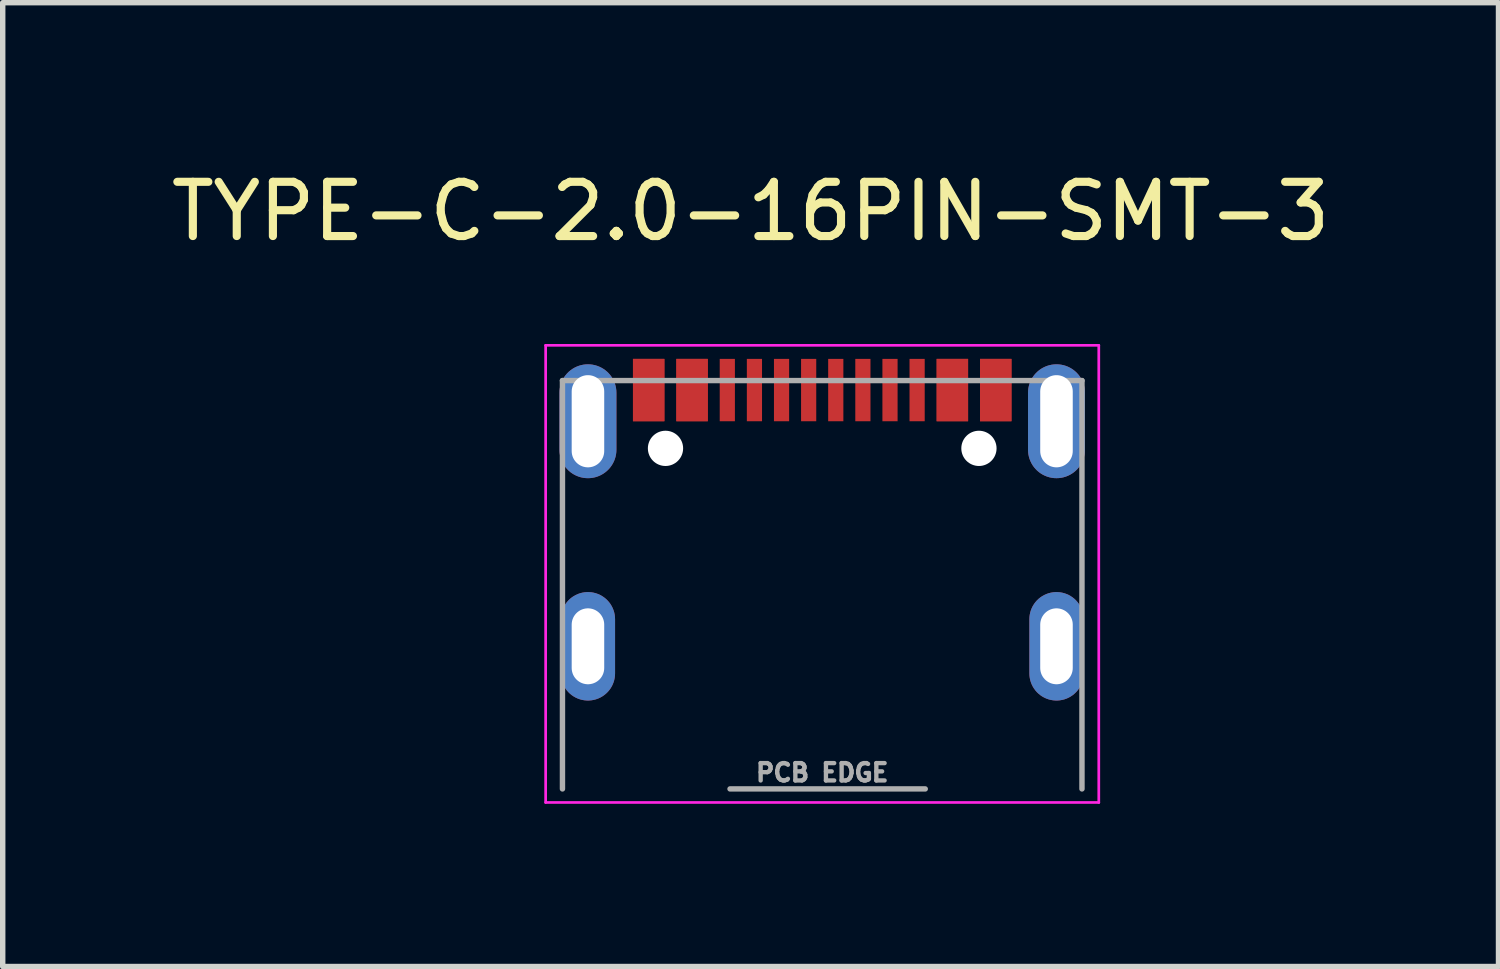
<source format=kicad_pcb>
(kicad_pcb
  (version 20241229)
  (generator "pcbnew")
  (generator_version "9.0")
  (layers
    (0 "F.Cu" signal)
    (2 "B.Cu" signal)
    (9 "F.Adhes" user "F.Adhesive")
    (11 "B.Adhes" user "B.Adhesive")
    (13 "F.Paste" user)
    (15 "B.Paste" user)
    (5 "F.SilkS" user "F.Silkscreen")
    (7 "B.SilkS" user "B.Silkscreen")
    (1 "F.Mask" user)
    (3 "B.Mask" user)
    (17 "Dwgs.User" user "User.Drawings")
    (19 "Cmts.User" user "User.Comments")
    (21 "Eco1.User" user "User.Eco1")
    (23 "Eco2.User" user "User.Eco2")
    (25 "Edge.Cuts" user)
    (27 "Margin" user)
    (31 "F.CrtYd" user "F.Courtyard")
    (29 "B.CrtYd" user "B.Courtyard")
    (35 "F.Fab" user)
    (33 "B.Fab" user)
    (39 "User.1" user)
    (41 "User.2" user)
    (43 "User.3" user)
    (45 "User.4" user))
  (footprint "TYPE-C-2.0-16PIN-SMT-3"
    (layer "F.Cu")
    (at 12.112 8.898)
    (property "Reference" "TYPE-C-2.0-16PIN-SMT-3" (at -1.32 -8.05 0) (layer "F.SilkS") (effects (font (size 1 1) (thickness 0.15))))
    (attr smd)
    (fp_line (start -5.1 -5.58) (end -5.1 2.85) (stroke (width 0.05) (type solid)) (layer "F.CrtYd"))
    (fp_line (start -5.1 2.85) (end 5.1 2.85) (stroke (width 0.05) (type solid)) (layer "F.CrtYd"))
    (fp_line (start 5.1 -5.58) (end -5.1 -5.58) (stroke (width 0.05) (type solid)) (layer "F.CrtYd"))
    (fp_line (start 5.1 2.85) (end 5.1 -5.58) (stroke (width 0.05) (type solid)) (layer "F.CrtYd"))
    (fp_line (start -4.79 -4.93) (end 4.79 -4.93) (stroke (width 0.1) (type solid)) (layer "F.Fab"))
    (fp_line (start -4.79 2.6) (end -4.79 -4.93) (stroke (width 0.1) (type solid)) (layer "F.Fab"))
    (fp_line (start -1.7 2.6) (end 1.9 2.6) (stroke (width 0.1) (type solid)) (layer "F.Fab"))
    (fp_line (start 4.79 -4.93) (end 4.79 2.6) (stroke (width 0.1) (type solid)) (layer "F.Fab"))
    (fp_text user "PCB EDGE" (at 0 2.3 0) (layer "F.Fab") (effects (font (size 0.32 0.32) (thickness 0.08))))
    (pad "" np_thru_hole circle (at -2.89 -3.68) (size 0.65 0.65) (drill 0.65) (layers "*.Cu" "*.Mask"))
    (pad "" np_thru_hole circle (at 2.89 -3.68) (size 0.65 0.65) (drill 0.65) (layers "*.Cu" "*.Mask"))
    (pad "A1" smd rect (at -3.2 -4.755) (size 0.58 1.15) (layers "F.Cu" "F.Mask" "F.Paste"))
    (pad "A4" smd rect (at -2.4 -4.755) (size 0.58 1.15) (layers "F.Cu" "F.Mask" "F.Paste"))
    (pad "A5" smd rect (at -1.25 -4.755) (size 0.28 1.15) (layers "F.Cu" "F.Mask" "F.Paste"))
    (pad "A6" smd rect (at -0.25 -4.755) (size 0.28 1.15) (layers "F.Cu" "F.Mask" "F.Paste"))
    (pad "A7" smd rect (at 0.25 -4.755) (size 0.28 1.15) (layers "F.Cu" "F.Mask" "F.Paste"))
    (pad "A8" smd rect (at 1.25 -4.755) (size 0.28 1.15) (layers "F.Cu" "F.Mask" "F.Paste"))
    (pad "A9" smd rect (at 2.4 -4.755) (size 0.58 1.15) (layers "F.Cu" "F.Mask" "F.Paste"))
    (pad "A12" smd rect (at 3.2 -4.755) (size 0.58 1.15) (layers "F.Cu" "F.Mask" "F.Paste"))
    (pad "B1" smd rect (at 3.2 -4.755) (size 0.58 1.15) (layers "F.Cu" "F.Mask" "F.Paste"))
    (pad "B4" smd rect (at 2.4 -4.755) (size 0.58 1.15) (layers "F.Cu" "F.Mask" "F.Paste"))
    (pad "B5" smd rect (at 1.75 -4.755) (size 0.28 1.15) (layers "F.Cu" "F.Mask" "F.Paste"))
    (pad "B6" smd rect (at 0.75 -4.755) (size 0.28 1.15) (layers "F.Cu" "F.Mask" "F.Paste"))
    (pad "B7" smd rect (at -0.75 -4.755) (size 0.28 1.15) (layers "F.Cu" "F.Mask" "F.Paste"))
    (pad "B8" smd rect (at -1.75 -4.755) (size 0.28 1.15) (layers "F.Cu" "F.Mask" "F.Paste"))
    (pad "B9" smd rect (at -2.4 -4.755) (size 0.58 1.15) (layers "F.Cu" "F.Mask" "F.Paste"))
    (pad "B12" smd rect (at -3.2 -4.755) (size 0.58 1.15) (layers "F.Cu" "F.Mask" "F.Paste"))
    (pad "S1" thru_hole oval (at -4.32 -4.18) (size 1.05 2.1) (drill oval 0.6 1.7) (layers "*.Cu" "*.Mask"))
    (pad "S1" thru_hole oval (at -4.32 -0.03) (size 1 2) (drill oval 0.6 1.4) (layers "*.Cu" "*.Mask"))
    (pad "S1" thru_hole oval (at 4.32 -4.18) (size 1.05 2.1) (drill oval 0.6 1.7) (layers "*.Cu" "*.Mask"))
    (pad "S1" thru_hole oval (at 4.32 -0.03) (size 1 2) (drill oval 0.6 1.4) (layers "*.Cu" "*.Mask")))
  (gr_rect
    (start -3 -3)
    (end 24.583 14.773)
    (stroke (width 0.1) (type default))
    (fill no)
    (layer "Edge.Cuts")))
</source>
